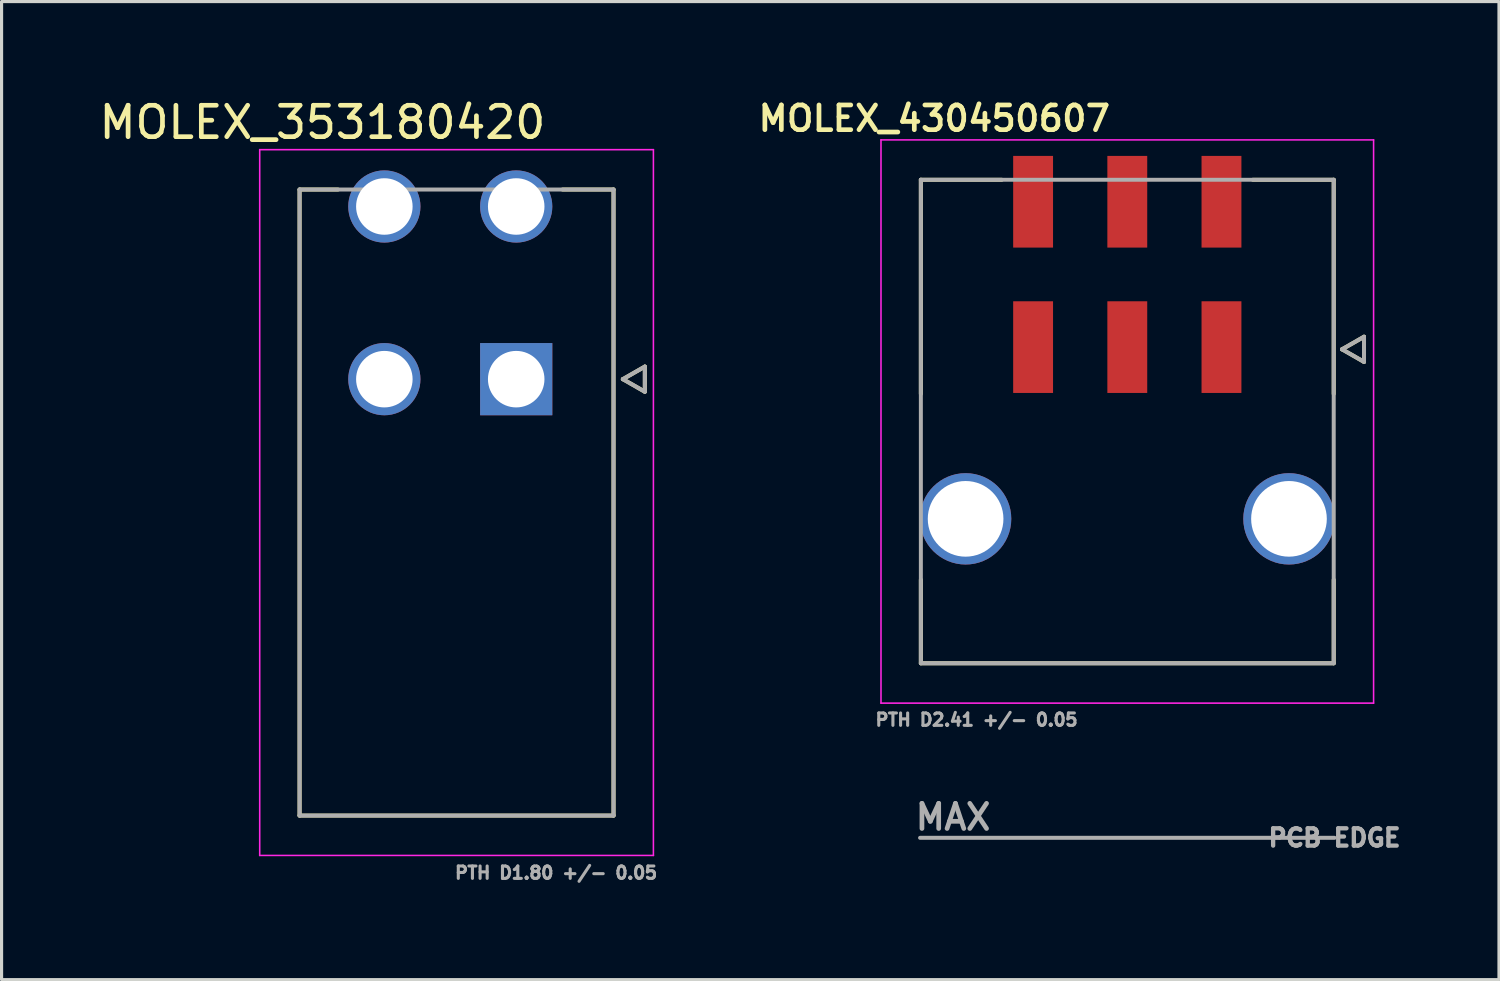
<source format=kicad_pcb>
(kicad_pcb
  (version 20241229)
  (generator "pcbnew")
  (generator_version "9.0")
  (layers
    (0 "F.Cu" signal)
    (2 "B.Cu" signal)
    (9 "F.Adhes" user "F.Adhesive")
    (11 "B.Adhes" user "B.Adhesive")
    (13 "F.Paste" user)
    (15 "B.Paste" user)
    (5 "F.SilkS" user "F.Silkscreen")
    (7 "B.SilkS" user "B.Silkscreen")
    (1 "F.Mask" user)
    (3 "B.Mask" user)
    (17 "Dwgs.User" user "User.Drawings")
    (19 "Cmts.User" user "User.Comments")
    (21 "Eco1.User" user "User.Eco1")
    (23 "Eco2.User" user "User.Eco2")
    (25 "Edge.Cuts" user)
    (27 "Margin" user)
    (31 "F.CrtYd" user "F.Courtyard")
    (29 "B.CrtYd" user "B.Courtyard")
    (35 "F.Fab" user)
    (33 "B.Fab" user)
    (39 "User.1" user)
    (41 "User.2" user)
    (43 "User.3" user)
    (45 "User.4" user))
  (footprint "MOLEX_430450607"
    (layer "F.Cu")
    (at 32.856 10.376)
    (property "Reference" "MOLEX_430450607" (at -6.147 -9.652 0) (layer "F.SilkS") (effects (font (size 0.787 0.787) (thickness 0.15))))
    (attr smd)
    (fp_circle (center -5.15 3.1) (end -4.384 3.1) (stroke (width 1.531) (type solid)) (fill no) (layer "F.Mask"))
    (fp_circle (center 5.15 3.1) (end 5.916 3.1) (stroke (width 1.531) (type solid)) (fill no) (layer "F.Mask"))
    (fp_poly (pts (xy -3.711 -8.536) (xy -2.289 -8.536) (xy -2.289 -5.464) (xy -3.711 -5.464)) (stroke (width 0.01) (type solid)) (fill yes) (layer "F.Mask"))
    (fp_poly (pts (xy -3.711 -3.906) (xy -2.289 -3.906) (xy -2.289 -0.834) (xy -3.711 -0.834)) (stroke (width 0.01) (type solid)) (fill yes) (layer "F.Mask"))
    (fp_poly (pts (xy -0.711 -8.536) (xy 0.711 -8.536) (xy 0.711 -5.464) (xy -0.711 -5.464)) (stroke (width 0.01) (type solid)) (fill yes) (layer "F.Mask"))
    (fp_poly (pts (xy -0.711 -3.906) (xy 0.711 -3.906) (xy 0.711 -0.834) (xy -0.711 -0.834)) (stroke (width 0.01) (type solid)) (fill yes) (layer "F.Mask"))
    (fp_poly (pts (xy 2.289 -8.536) (xy 3.711 -8.536) (xy 3.711 -5.464) (xy 2.289 -5.464)) (stroke (width 0.01) (type solid)) (fill yes) (layer "F.Mask"))
    (fp_poly (pts (xy 2.289 -3.906) (xy 3.711 -3.906) (xy 3.711 -0.834) (xy 2.289 -0.834)) (stroke (width 0.01) (type solid)) (fill yes) (layer "F.Mask"))
    (fp_circle (center -5.15 3.1) (end -4.384 3.1) (stroke (width 1.531) (type solid)) (fill no) (layer "B.Mask"))
    (fp_circle (center 5.15 3.1) (end 5.916 3.1) (stroke (width 1.531) (type solid)) (fill no) (layer "B.Mask"))
    (fp_line (start -6.575 -7.7) (end -4 -7.7) (stroke (width 0.127) (type solid)) (layer "F.SilkS"))
    (fp_line (start -6.575 -0.88) (end -6.575 -7.7) (stroke (width 0.127) (type solid)) (layer "F.SilkS"))
    (fp_line (start -6.575 5.04) (end -6.575 7.7) (stroke (width 0.127) (type solid)) (layer "F.SilkS"))
    (fp_line (start -6.575 7.7) (end 6.575 7.7) (stroke (width 0.127) (type solid)) (layer "F.SilkS"))
    (fp_line (start 4 -7.7) (end 6.575 -7.7) (stroke (width 0.127) (type solid)) (layer "F.SilkS"))
    (fp_line (start 6.575 -7.7) (end 6.575 -0.88) (stroke (width 0.127) (type solid)) (layer "F.SilkS"))
    (fp_line (start 6.575 7.7) (end 6.575 5.04) (stroke (width 0.127) (type solid)) (layer "F.SilkS"))
    (fp_line (start 6.84 -2.3) (end 7.54 -1.9) (stroke (width 0.127) (type solid)) (layer "F.SilkS"))
    (fp_line (start 7.54 -2.7) (end 6.84 -2.3) (stroke (width 0.127) (type solid)) (layer "F.SilkS"))
    (fp_line (start 7.54 -1.9) (end 7.54 -2.7) (stroke (width 0.127) (type solid)) (layer "F.SilkS"))
    (fp_line (start -7.845 -8.97) (end 7.845 -8.97) (stroke (width 0.05) (type solid)) (layer "F.CrtYd"))
    (fp_line (start -7.845 8.97) (end -7.845 -8.97) (stroke (width 0.05) (type solid)) (layer "F.CrtYd"))
    (fp_line (start 7.845 -8.97) (end 7.845 8.97) (stroke (width 0.05) (type solid)) (layer "F.CrtYd"))
    (fp_line (start 7.845 8.97) (end -7.845 8.97) (stroke (width 0.05) (type solid)) (layer "F.CrtYd"))
    (fp_line (start -6.6 13.26) (end 6.6 13.26) (stroke (width 0.127) (type solid)) (layer "F.Fab"))
    (fp_line (start -6.575 -7.7) (end 6.575 -7.7) (stroke (width 0.127) (type solid)) (layer "F.Fab"))
    (fp_line (start -6.575 7.7) (end -6.575 -7.7) (stroke (width 0.127) (type solid)) (layer "F.Fab"))
    (fp_line (start 6.575 -7.7) (end 6.575 7.7) (stroke (width 0.127) (type solid)) (layer "F.Fab"))
    (fp_line (start 6.575 7.7) (end -6.575 7.7) (stroke (width 0.127) (type solid)) (layer "F.Fab"))
    (fp_line (start 6.84 -2.3) (end 7.54 -1.9) (stroke (width 0.127) (type solid)) (layer "F.Fab"))
    (fp_line (start 7.54 -2.7) (end 6.84 -2.3) (stroke (width 0.127) (type solid)) (layer "F.Fab"))
    (fp_line (start 7.54 -1.9) (end 7.54 -2.7) (stroke (width 0.127) (type solid)) (layer "F.Fab"))
    (fp_text user "PTH D2.41 +/- 0.05" (at -4.801 9.5 0) (layer "F.Fab") (effects (font (size 0.394 0.394) (thickness 0.15))))
    (fp_text user "PCB EDGE" (at 6.6 13.26 0) (layer "F.Fab") (effects (font (size 0.551 0.551) (thickness 0.15))))
    (fp_text user "MAX" (at -5.55 12.6 0) (layer "F.Fab") (effects (font (size 0.8 0.8) (thickness 0.15))))
    (pad "1" smd rect (at 3 -2.37) (size 1.27 2.92) (layers "F.Cu" "F.Paste"))
    (pad "2" smd rect (at 0 -2.37) (size 1.27 2.92) (layers "F.Cu" "F.Paste"))
    (pad "3" smd rect (at -3 -2.37) (size 1.27 2.92) (layers "F.Cu" "F.Paste"))
    (pad "4" smd rect (at 3 -7) (size 1.27 2.92) (layers "F.Cu" "F.Paste"))
    (pad "5" smd rect (at 0 -7) (size 1.27 2.92) (layers "F.Cu" "F.Paste"))
    (pad "6" smd rect (at -3 -7) (size 1.27 2.92) (layers "F.Cu" "F.Paste"))
    (pad "S1" thru_hole circle (at 5.15 3.1) (size 2.91 2.91) (drill 2.41) (layers "*.Cu"))
    (pad "S2" thru_hole circle (at -5.15 3.1) (size 2.91 2.91) (drill 2.41) (layers "*.Cu"))
    (zone (net_name "") (layer "F.Cu") (hatch full 0.508) (connect_pads) (min_thickness 0.01) (filled_areas_thickness no) (keepout (tracks not_allowed) (vias not_allowed) (pads not_allowed) (copperpour not_allowed) (footprints allowed)) (placement (enabled no)) (fill) (polygon (pts (xy 25.781 9.816) (xy 28.231 9.816) (xy 28.231 11.416) (xy 25.781 11.416))))
    (zone (net_name "") (layer "F.Cu") (hatch full 0.508) (connect_pads) (min_thickness 0.01) (filled_areas_thickness no) (keepout (tracks not_allowed) (vias not_allowed) (pads not_allowed) (copperpour not_allowed) (footprints allowed)) (placement (enabled no)) (fill) (polygon (pts (xy 37.481 9.816) (xy 39.931 9.816) (xy 39.931 11.416) (xy 37.481 11.416))))
    (zone (net_name "") (layers "F.Cu" "B.Cu") (hatch full 0.508) (connect_pads) (min_thickness 0.01) (filled_areas_thickness no) (keepout (tracks allowed) (vias not_allowed) (pads allowed) (copperpour allowed) (footprints allowed)) (placement (enabled no)) (fill) (polygon (pts (xy 25.781 9.816) (xy 28.231 9.816) (xy 28.231 11.416) (xy 25.781 11.416))))
    (zone (net_name "") (layers "F.Cu" "B.Cu") (hatch full 0.508) (connect_pads) (min_thickness 0.01) (filled_areas_thickness no) (keepout (tracks allowed) (vias not_allowed) (pads allowed) (copperpour allowed) (footprints allowed)) (placement (enabled no)) (fill) (polygon (pts (xy 37.481 9.816) (xy 39.931 9.816) (xy 39.931 11.416) (xy 37.481 11.416)))))
  (footprint "MOLEX_353180420"
    (layer "F.Cu")
    (at 13.392 9.027)
    (property "Reference" "MOLEX_353180420" (at -6.172 -8.179 0) (layer "F.SilkS") (effects (font (size 1 1) (thickness 0.15))))
    (attr through_hole)
    (fp_circle (center -4.2 -5.5) (end -3.587 -5.5) (stroke (width 1.226) (type solid)) (fill no) (layer "F.Mask"))
    (fp_circle (center -4.2 0) (end -3.587 0) (stroke (width 1.226) (type solid)) (fill no) (layer "F.Mask"))
    (fp_circle (center 0 -5.5) (end 0.613 -5.5) (stroke (width 1.226) (type solid)) (fill no) (layer "F.Mask"))
    (fp_poly (pts (xy -1.226 -1.226) (xy 1.226 -1.226) (xy 1.226 1.226) (xy -1.226 1.226)) (stroke (width 0.01) (type solid)) (fill yes) (layer "F.Mask"))
    (fp_circle (center -4.2 -5.5) (end -3.587 -5.5) (stroke (width 1.226) (type solid)) (fill no) (layer "B.Mask"))
    (fp_circle (center -4.2 0) (end -3.587 0) (stroke (width 1.226) (type solid)) (fill no) (layer "B.Mask"))
    (fp_circle (center 0 -5.5) (end 0.613 -5.5) (stroke (width 1.226) (type solid)) (fill no) (layer "B.Mask"))
    (fp_poly (pts (xy -1.226 -1.226) (xy 1.226 -1.226) (xy 1.226 1.226) (xy -1.226 1.226)) (stroke (width 0.01) (type solid)) (fill yes) (layer "B.Mask"))
    (fp_line (start -6.9 -6.04) (end -5.676 -6.04) (stroke (width 0.127) (type solid)) (layer "F.SilkS"))
    (fp_line (start -6.9 13.9) (end -6.9 -6.04) (stroke (width 0.127) (type solid)) (layer "F.SilkS"))
    (fp_line (start 3.1 -6.04) (end 1.476 -6.04) (stroke (width 0.127) (type solid)) (layer "F.SilkS"))
    (fp_line (start 3.1 -6.04) (end 3.1 13.9) (stroke (width 0.127) (type solid)) (layer "F.SilkS"))
    (fp_line (start 3.1 13.9) (end -6.9 13.9) (stroke (width 0.127) (type solid)) (layer "F.SilkS"))
    (fp_line (start 3.397 0) (end 4.097 0.4) (stroke (width 0.127) (type solid)) (layer "F.SilkS"))
    (fp_line (start 4.097 -0.4) (end 3.397 0) (stroke (width 0.127) (type solid)) (layer "F.SilkS"))
    (fp_line (start 4.097 0.4) (end 4.097 -0.4) (stroke (width 0.127) (type solid)) (layer "F.SilkS"))
    (fp_line (start -8.17 -7.31) (end 4.37 -7.31) (stroke (width 0.05) (type solid)) (layer "F.CrtYd"))
    (fp_line (start -8.17 15.17) (end -8.17 -7.31) (stroke (width 0.05) (type solid)) (layer "F.CrtYd"))
    (fp_line (start 4.37 -7.31) (end 4.37 15.17) (stroke (width 0.05) (type solid)) (layer "F.CrtYd"))
    (fp_line (start 4.37 15.17) (end -8.17 15.17) (stroke (width 0.05) (type solid)) (layer "F.CrtYd"))
    (fp_line (start -6.9 -6.04) (end 3.1 -6.04) (stroke (width 0.127) (type solid)) (layer "F.Fab"))
    (fp_line (start -6.9 13.9) (end -6.9 -6.04) (stroke (width 0.127) (type solid)) (layer "F.Fab"))
    (fp_line (start 3.1 -6.04) (end 3.1 13.9) (stroke (width 0.127) (type solid)) (layer "F.Fab"))
    (fp_line (start 3.1 13.9) (end -6.9 13.9) (stroke (width 0.127) (type solid)) (layer "F.Fab"))
    (fp_line (start 3.397 0) (end 4.097 0.4) (stroke (width 0.127) (type solid)) (layer "F.Fab"))
    (fp_line (start 4.097 -0.4) (end 3.397 0) (stroke (width 0.127) (type solid)) (layer "F.Fab"))
    (fp_line (start 4.097 0.4) (end 4.097 -0.4) (stroke (width 0.127) (type solid)) (layer "F.Fab"))
    (fp_text user "PTH D1.80 +/- 0.05" (at 1.27 15.723 0) (layer "F.Fab") (effects (font (size 0.394 0.394) (thickness 0.15))))
    (pad "1" thru_hole rect (at 0 0) (size 2.3 2.3) (drill 1.8) (layers "*.Cu"))
    (pad "2" thru_hole circle (at -4.2 0) (size 2.3 2.3) (drill 1.8) (layers "*.Cu"))
    (pad "3" thru_hole circle (at 0 -5.5) (size 2.3 2.3) (drill 1.8) (layers "*.Cu"))
    (pad "4" thru_hole circle (at -4.2 -5.5) (size 2.3 2.3) (drill 1.8) (layers "*.Cu")))
  (gr_rect
    (start -3 -3)
    (end 44.695 28.153)
    (stroke (width 0.1) (type default))
    (fill no)
    (layer "Edge.Cuts")))
</source>
